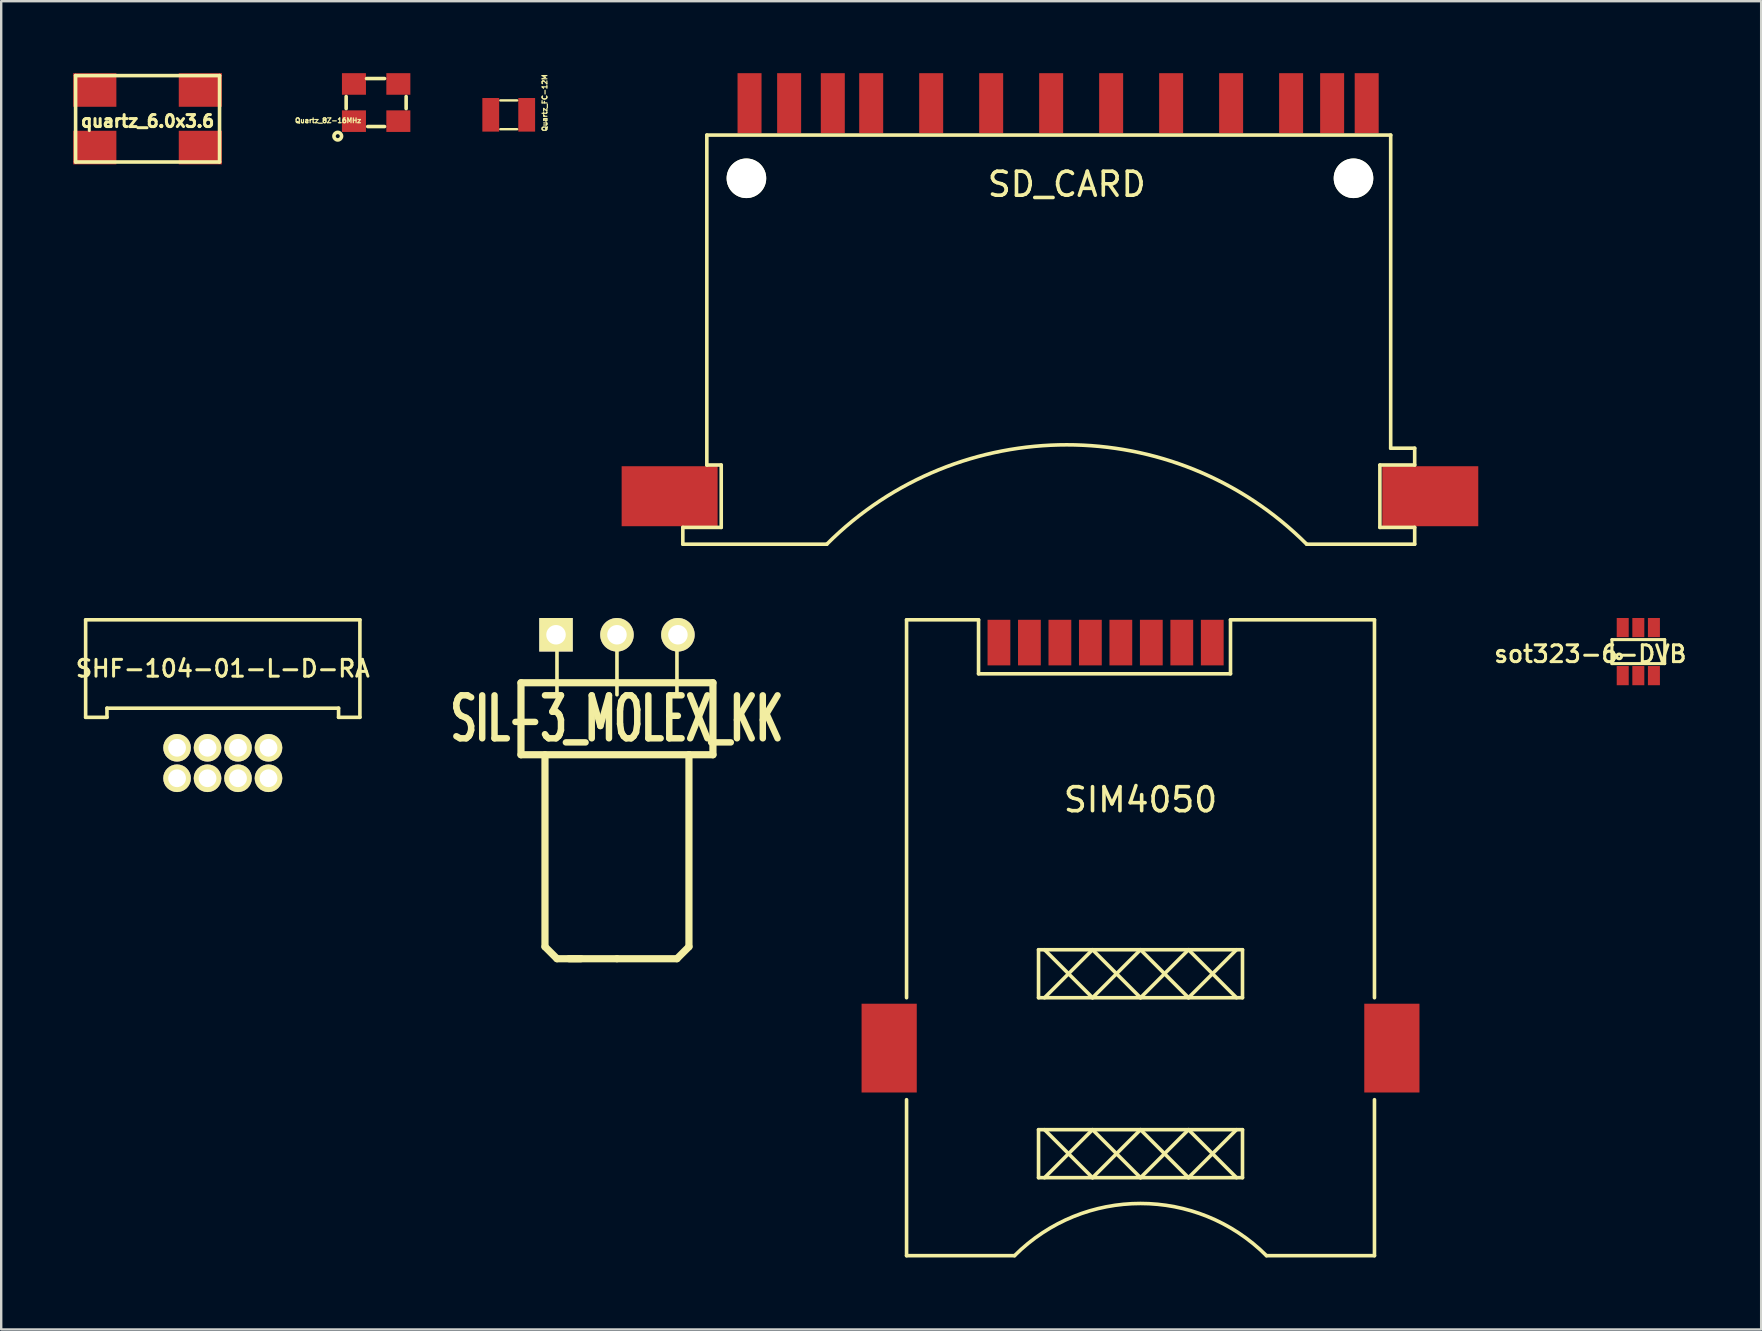
<source format=kicad_pcb>
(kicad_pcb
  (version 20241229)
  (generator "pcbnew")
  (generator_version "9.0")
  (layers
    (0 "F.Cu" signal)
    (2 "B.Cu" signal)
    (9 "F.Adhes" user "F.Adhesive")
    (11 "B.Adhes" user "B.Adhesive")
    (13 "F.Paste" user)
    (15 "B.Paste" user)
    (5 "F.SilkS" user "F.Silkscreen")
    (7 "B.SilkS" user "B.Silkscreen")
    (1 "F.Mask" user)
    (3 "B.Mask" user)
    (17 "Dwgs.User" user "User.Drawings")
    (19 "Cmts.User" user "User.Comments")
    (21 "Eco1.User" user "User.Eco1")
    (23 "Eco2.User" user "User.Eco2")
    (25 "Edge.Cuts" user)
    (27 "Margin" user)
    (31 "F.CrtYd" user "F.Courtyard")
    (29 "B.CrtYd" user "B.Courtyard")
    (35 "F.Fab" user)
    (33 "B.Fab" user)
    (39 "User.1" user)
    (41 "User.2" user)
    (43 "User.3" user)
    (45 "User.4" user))
  (footprint "SHF-104-01-L-D-RA"
    (layer "F.Cu")
    (at 6.234 28.749)
    (property "Reference" "SHF-104-01-L-D-RA" (at 0 -3.937 0) (layer "F.SilkS") (effects (font (size 0.7 0.7) (thickness 0.125))))
    (attr through_hole)
    (fp_line (start -5.715 -5.969) (end -5.715 -1.905) (stroke (width 0.15) (type solid)) (layer "F.SilkS"))
    (fp_line (start -5.715 -1.905) (end -4.826 -1.905) (stroke (width 0.15) (type solid)) (layer "F.SilkS"))
    (fp_line (start -4.826 -2.286) (end 4.826 -2.286) (stroke (width 0.15) (type solid)) (layer "F.SilkS"))
    (fp_line (start -4.826 -1.905) (end -4.826 -2.286) (stroke (width 0.15) (type solid)) (layer "F.SilkS"))
    (fp_line (start 4.826 -2.286) (end 4.826 -1.905) (stroke (width 0.15) (type solid)) (layer "F.SilkS"))
    (fp_line (start 4.826 -1.905) (end 5.715 -1.905) (stroke (width 0.15) (type solid)) (layer "F.SilkS"))
    (fp_line (start 5.715 -5.969) (end -5.715 -5.969) (stroke (width 0.15) (type solid)) (layer "F.SilkS"))
    (fp_line (start 5.715 -1.905) (end 5.715 -5.969) (stroke (width 0.15) (type solid)) (layer "F.SilkS"))
    (pad "1" thru_hole circle (at -1.905 0.635) (size 1.15 1.15) (drill 0.74) (layers "*.Cu" "*.Mask" "F.SilkS"))
    (pad "2" thru_hole circle (at -1.905 -0.635) (size 1.15 1.15) (drill 0.74) (layers "*.Cu" "*.Mask" "F.SilkS"))
    (pad "3" thru_hole circle (at -0.635 0.635) (size 1.15 1.15) (drill 0.74) (layers "*.Cu" "*.Mask" "F.SilkS"))
    (pad "4" thru_hole circle (at -0.635 -0.635) (size 1.15 1.15) (drill 0.74) (layers "*.Cu" "*.Mask" "F.SilkS"))
    (pad "5" thru_hole circle (at 0.635 0.635) (size 1.15 1.15) (drill 0.74) (layers "*.Cu" "*.Mask" "F.SilkS"))
    (pad "6" thru_hole circle (at 0.635 -0.635) (size 1.15 1.15) (drill 0.74) (layers "*.Cu" "*.Mask" "F.SilkS"))
    (pad "7" thru_hole circle (at 1.905 0.635) (size 1.15 1.15) (drill 0.74) (layers "*.Cu" "*.Mask" "F.SilkS"))
    (pad "8" thru_hole circle (at 1.905 -0.635) (size 1.15 1.15) (drill 0.74) (layers "*.Cu" "*.Mask" "F.SilkS")))
  (footprint "Quartz_FC-12M"
    (layer "F.Cu")
    (at 18.151 1.735)
    (property "Reference" "Quartz_FC-12M" (at 1.5 -0.5 90) (layer "F.SilkS") (effects (font (size 0.201 0.201) (thickness 0.051))))
    (attr through_hole)
    (fp_line (start -0.35 0.6) (end 0.35 0.6) (stroke (width 0.1) (type solid)) (layer "F.SilkS"))
    (fp_line (start 0.35 -0.6) (end -0.35 -0.6) (stroke (width 0.1) (type solid)) (layer "F.SilkS"))
    (pad "1" smd rect (at -0.749 0) (size 0.701 1.4) (layers "F.Cu" "F.Mask" "F.Paste"))
    (pad "2" smd rect (at 0.749 0) (size 0.701 1.4) (layers "F.Cu" "F.Mask" "F.Paste")))
  (footprint "SIL-3_MOLEX_KK"
    (layer "F.Cu")
    (at 22.662 23.404)
    (property "Reference" "SIL-3_MOLEX_KK" (at 0 3.5 0) (layer "F.SilkS") (effects (font (size 1.791 1.077) (thickness 0.269))))
    (attr through_hole)
    (fp_line (start -4 2) (end -4 5) (stroke (width 0.3) (type solid)) (layer "F.SilkS"))
    (fp_line (start -4 5) (end 3 5) (stroke (width 0.3) (type solid)) (layer "F.SilkS"))
    (fp_line (start -3 5) (end -3 13) (stroke (width 0.3) (type solid)) (layer "F.SilkS"))
    (fp_line (start -3 13) (end -2.5 13.5) (stroke (width 0.3) (type solid)) (layer "F.SilkS"))
    (fp_line (start -2.5 0) (end -2.5 2) (stroke (width 0.15) (type solid)) (layer "F.SilkS"))
    (fp_line (start -2.5 2) (end -2.5 2.5) (stroke (width 0.15) (type solid)) (layer "F.SilkS"))
    (fp_line (start -2 13.5) (end 0 13.5) (stroke (width 0.3) (type solid)) (layer "F.SilkS"))
    (fp_line (start -1.5 13.5) (end -2.5 13.5) (stroke (width 0.3) (type solid)) (layer "F.SilkS"))
    (fp_line (start 0 0) (end 0 2.5) (stroke (width 0.15) (type solid)) (layer "F.SilkS"))
    (fp_line (start 0 2) (end -4 2) (stroke (width 0.3) (type solid)) (layer "F.SilkS"))
    (fp_line (start 0 2) (end 4 2) (stroke (width 0.3) (type solid)) (layer "F.SilkS"))
    (fp_line (start 2.5 0) (end 2.5 2.5) (stroke (width 0.15) (type solid)) (layer "F.SilkS"))
    (fp_line (start 2.5 13.5) (end 0 13.5) (stroke (width 0.3) (type solid)) (layer "F.SilkS"))
    (fp_line (start 3 5) (end -2.5 5) (stroke (width 0.15) (type solid)) (layer "F.SilkS"))
    (fp_line (start 3 5) (end 3 13) (stroke (width 0.3) (type solid)) (layer "F.SilkS"))
    (fp_line (start 3 13) (end 2.5 13.5) (stroke (width 0.3) (type solid)) (layer "F.SilkS"))
    (fp_line (start 4 2) (end 0 2) (stroke (width 0.15) (type solid)) (layer "F.SilkS"))
    (fp_line (start 4 2) (end 4 5) (stroke (width 0.3) (type solid)) (layer "F.SilkS"))
    (fp_line (start 4 5) (end 3 5) (stroke (width 0.3) (type solid)) (layer "F.SilkS"))
    (pad "1" thru_hole rect (at -2.54 0) (size 1.397 1.397) (drill 0.813) (layers "*.Cu" "*.Mask" "F.SilkS"))
    (pad "2" thru_hole circle (at 0 0) (size 1.397 1.397) (drill 0.813) (layers "*.Cu" "*.Mask" "F.SilkS"))
    (pad "3" thru_hole circle (at 2.54 0) (size 1.397 1.397) (drill 0.813) (layers "*.Cu" "*.Mask" "F.SilkS")))
  (footprint "SD_CARD"
    (layer "F.Cu")
    (at 41.407 17.63)
    (property "Reference" "SD_CARD" (at 0 -13 0) (layer "F.SilkS") (effects (font (size 1 1) (thickness 0.15))))
    (attr through_hole)
    (fp_line (start -16 2) (end -16 1.3) (stroke (width 0.15) (type solid)) (layer "F.SilkS"))
    (fp_line (start -15 -15.05) (end -15 -1.3) (stroke (width 0.15) (type solid)) (layer "F.SilkS"))
    (fp_line (start -15 -1.3) (end -14.4 -1.3) (stroke (width 0.15) (type solid)) (layer "F.SilkS"))
    (fp_line (start -14.4 -1.3) (end -14.4 1.3) (stroke (width 0.15) (type solid)) (layer "F.SilkS"))
    (fp_line (start -14.4 1.3) (end -16 1.3) (stroke (width 0.15) (type solid)) (layer "F.SilkS"))
    (fp_line (start -10 2) (end -16 2) (stroke (width 0.15) (type solid)) (layer "F.SilkS"))
    (fp_line (start 10 2) (end 14.5 2) (stroke (width 0.15) (type solid)) (layer "F.SilkS"))
    (fp_line (start 13.05 -1.3) (end 14.5 -1.3) (stroke (width 0.15) (type solid)) (layer "F.SilkS"))
    (fp_line (start 13.05 1.3) (end 13.05 -1.3) (stroke (width 0.15) (type solid)) (layer "F.SilkS"))
    (fp_line (start 13.5 -15.05) (end -15 -15.05) (stroke (width 0.15) (type solid)) (layer "F.SilkS"))
    (fp_line (start 13.5 -2) (end 13.5 -15.05) (stroke (width 0.15) (type solid)) (layer "F.SilkS"))
    (fp_line (start 14.5 -2) (end 13.5 -2) (stroke (width 0.15) (type solid)) (layer "F.SilkS"))
    (fp_line (start 14.5 -1.3) (end 14.5 -2) (stroke (width 0.15) (type solid)) (layer "F.SilkS"))
    (fp_line (start 14.5 1.3) (end 13.05 1.3) (stroke (width 0.15) (type solid)) (layer "F.SilkS"))
    (fp_line (start 14.5 2) (end 14.5 1.3) (stroke (width 0.15) (type solid)) (layer "F.SilkS"))
    (fp_arc (start -10 2) (mid 0 -2.142136) (end 10 2) (stroke (width 0.15) (type solid)) (layer "F.SilkS"))
    (pad "" np_thru_hole circle (at -13.35 -13.25) (size 1.65 1.65) (drill 1.65) (layers "*.Cu" "*.Mask" "F.SilkS"))
    (pad "" np_thru_hole circle (at 11.95 -13.25) (size 1.65 1.65) (drill 1.65) (layers "*.Cu" "*.Mask" "F.SilkS"))
    (pad "1" smd rect (at 6.85 -16.38) (size 1 2.5) (layers "F.Cu" "F.Mask" "F.Paste"))
    (pad "2" smd rect (at 4.35 -16.38) (size 1 2.5) (layers "F.Cu" "F.Mask" "F.Paste"))
    (pad "3" smd rect (at -16.55 0) (size 4 2.5) (layers "F.Cu" "F.Mask" "F.Paste"))
    (pad "3" smd rect (at 1.85 -16.38) (size 1 2.5) (layers "F.Cu" "F.Mask" "F.Paste"))
    (pad "3" smd rect (at 15.15 0) (size 4 2.5) (layers "F.Cu" "F.Mask" "F.Paste"))
    (pad "4" smd rect (at -0.65 -16.38) (size 1 2.5) (layers "F.Cu" "F.Mask" "F.Paste"))
    (pad "5" smd rect (at -3.15 -16.38) (size 1 2.5) (layers "F.Cu" "F.Mask" "F.Paste"))
    (pad "6" smd rect (at -5.65 -16.38) (size 1 2.5) (layers "F.Cu" "F.Mask" "F.Paste"))
    (pad "7" smd rect (at -8.15 -16.38) (size 1 2.5) (layers "F.Cu" "F.Mask" "F.Paste"))
    (pad "8" smd rect (at -9.75 -16.38) (size 1 2.5) (layers "F.Cu" "F.Mask" "F.Paste"))
    (pad "9" smd rect (at 9.35 -16.38) (size 1 2.5) (layers "F.Cu" "F.Mask" "F.Paste"))
    (pad "10" smd rect (at -13.22 -16.38) (size 1 2.5) (layers "F.Cu" "F.Mask" "F.Paste"))
    (pad "11" smd rect (at -11.57 -16.38) (size 1 2.5) (layers "F.Cu" "F.Mask" "F.Paste"))
    (pad "12" smd rect (at 11.06 -16.38) (size 1 2.5) (layers "F.Cu" "F.Mask" "F.Paste"))
    (pad "13" smd rect (at 12.5 -16.38) (size 1 2.5) (layers "F.Cu" "F.Mask" "F.Paste")))
  (footprint "quartz_6.0x3.6"
    (layer "F.Cu")
    (at 3.1 1.9)
    (property "Reference" "quartz_6.0x3.6" (at 0 0.1 0) (layer "F.SilkS") (effects (font (size 0.5 0.5) (thickness 0.125))))
    (attr through_hole)
    (fp_line (start -3 -1.8) (end 3 -1.8) (stroke (width 0.15) (type solid)) (layer "F.SilkS"))
    (fp_line (start -3 1.8) (end -3 -1.8) (stroke (width 0.15) (type solid)) (layer "F.SilkS"))
    (fp_line (start 3 -1.8) (end 3 1.8) (stroke (width 0.15) (type solid)) (layer "F.SilkS"))
    (fp_line (start 3 1.8) (end -3 1.8) (stroke (width 0.15) (type solid)) (layer "F.SilkS"))
    (pad "1" smd rect (at -2.2 1.2) (size 1.8 1.4) (layers "F.Cu" "F.Mask" "F.Paste"))
    (pad "2" smd rect (at 2.2 1.2) (size 1.8 1.4) (layers "F.Cu" "F.Mask" "F.Paste"))
    (pad "3" smd rect (at 2.2 -1.2) (size 1.8 1.4) (layers "F.Cu" "F.Mask" "F.Paste"))
    (pad "4" smd rect (at -2.2 -1.2) (size 1.8 1.4) (layers "F.Cu" "F.Mask" "F.Paste")))
  (footprint "Quartz_8Z-16MHz"
    (layer "F.Cu")
    (at 12.626 1.224)
    (property "Reference" "Quartz_8Z-16MHz" (at -2 0.75 0) (layer "F.SilkS") (effects (font (size 0.201 0.201) (thickness 0.051))))
    (attr through_hole)
    (fp_line (start -1.25 -0.25) (end -1.25 0.25) (stroke (width 0.15) (type solid)) (layer "F.SilkS"))
    (fp_line (start -0.4 -1) (end 0.35 -1) (stroke (width 0.15) (type solid)) (layer "F.SilkS"))
    (fp_line (start 0.35 1) (end -0.35 1) (stroke (width 0.15) (type solid)) (layer "F.SilkS"))
    (fp_line (start 1.25 -0.25) (end 1.25 0.25) (stroke (width 0.15) (type solid)) (layer "F.SilkS"))
    (fp_circle (center -1.6 1.4) (end -1.55 1.55) (stroke (width 0.15) (type solid)) (fill no) (layer "F.SilkS"))
    (pad "1" smd rect (at -0.925 0.775) (size 1.001 0.899) (layers "F.Cu" "F.Mask" "F.Paste"))
    (pad "2" smd rect (at 0.925 0.775) (size 1.001 0.899) (layers "F.Cu" "F.Mask" "F.Paste"))
    (pad "3" smd rect (at 0.925 -0.775) (size 1.001 0.899) (layers "F.Cu" "F.Mask" "F.Paste"))
    (pad "4" smd rect (at -0.925 -0.775) (size 1.001 0.899) (layers "F.Cu" "F.Mask" "F.Paste")))
  (footprint "SIM4050"
    (layer "F.Cu")
    (at 44.481 43.28)
    (property "Reference" "SIM4050" (at 0 -13 0) (layer "F.SilkS") (effects (font (size 1 1) (thickness 0.15))))
    (attr through_hole)
    (fp_line (start -9.75 -20.5) (end -9.75 -4.75) (stroke (width 0.15) (type solid)) (layer "F.SilkS"))
    (fp_line (start -9.75 -0.5) (end -9.75 6) (stroke (width 0.15) (type solid)) (layer "F.SilkS"))
    (fp_line (start -9.75 6) (end -5.25 6) (stroke (width 0.15) (type solid)) (layer "F.SilkS"))
    (fp_line (start -6.75 -20.5) (end -9.75 -20.5) (stroke (width 0.15) (type solid)) (layer "F.SilkS"))
    (fp_line (start -6.75 -20.5) (end -6.75 -18.25) (stroke (width 0.15) (type solid)) (layer "F.SilkS"))
    (fp_line (start -6.75 -18.25) (end 3.75 -18.25) (stroke (width 0.15) (type solid)) (layer "F.SilkS"))
    (fp_line (start -4.25 -6.75) (end 4.25 -6.75) (stroke (width 0.15) (type solid)) (layer "F.SilkS"))
    (fp_line (start -4.25 -4.75) (end -4.25 -6.75) (stroke (width 0.15) (type solid)) (layer "F.SilkS"))
    (fp_line (start -4.25 0.75) (end 4.25 0.75) (stroke (width 0.15) (type solid)) (layer "F.SilkS"))
    (fp_line (start -4.25 2.75) (end -4.25 0.75) (stroke (width 0.15) (type solid)) (layer "F.SilkS"))
    (fp_line (start -4 -4.75) (end -2 -6.75) (stroke (width 0.15) (type solid)) (layer "F.SilkS"))
    (fp_line (start -2 -6.75) (end 0 -4.75) (stroke (width 0.15) (type solid)) (layer "F.SilkS"))
    (fp_line (start -2 -4.75) (end -4 -6.75) (stroke (width 0.15) (type solid)) (layer "F.SilkS"))
    (fp_line (start -2 0.75) (end -4 2.75) (stroke (width 0.15) (type solid)) (layer "F.SilkS"))
    (fp_line (start -2 2.75) (end -4 0.75) (stroke (width 0.15) (type solid)) (layer "F.SilkS"))
    (fp_line (start 0 -6.75) (end -2 -4.75) (stroke (width 0.15) (type solid)) (layer "F.SilkS"))
    (fp_line (start 0 -4.75) (end 2 -6.75) (stroke (width 0.15) (type solid)) (layer "F.SilkS"))
    (fp_line (start 0 0.75) (end -2 2.75) (stroke (width 0.15) (type solid)) (layer "F.SilkS"))
    (fp_line (start 0 0.75) (end 2 2.75) (stroke (width 0.15) (type solid)) (layer "F.SilkS"))
    (fp_line (start 0 2.75) (end -2 0.75) (stroke (width 0.15) (type solid)) (layer "F.SilkS"))
    (fp_line (start 0 2.75) (end 2 0.75) (stroke (width 0.15) (type solid)) (layer "F.SilkS"))
    (fp_line (start 2 -6.75) (end 4 -4.75) (stroke (width 0.15) (type solid)) (layer "F.SilkS"))
    (fp_line (start 2 -4.75) (end 0 -6.75) (stroke (width 0.15) (type solid)) (layer "F.SilkS"))
    (fp_line (start 2 0.75) (end 4 2.75) (stroke (width 0.15) (type solid)) (layer "F.SilkS"))
    (fp_line (start 2 2.75) (end 4 0.75) (stroke (width 0.15) (type solid)) (layer "F.SilkS"))
    (fp_line (start 3.75 -20.5) (end 9.75 -20.5) (stroke (width 0.15) (type solid)) (layer "F.SilkS"))
    (fp_line (start 3.75 -18.25) (end 3.75 -20.5) (stroke (width 0.15) (type solid)) (layer "F.SilkS"))
    (fp_line (start 4 -6.75) (end 2 -4.75) (stroke (width 0.15) (type solid)) (layer "F.SilkS"))
    (fp_line (start 4.25 -6.75) (end 4.25 -4.75) (stroke (width 0.15) (type solid)) (layer "F.SilkS"))
    (fp_line (start 4.25 -4.75) (end -4.25 -4.75) (stroke (width 0.15) (type solid)) (layer "F.SilkS"))
    (fp_line (start 4.25 0.75) (end 4.25 2.75) (stroke (width 0.15) (type solid)) (layer "F.SilkS"))
    (fp_line (start 4.25 2.75) (end -4.25 2.75) (stroke (width 0.15) (type solid)) (layer "F.SilkS"))
    (fp_line (start 5.25 6) (end 9.75 6) (stroke (width 0.15) (type solid)) (layer "F.SilkS"))
    (fp_line (start 9.75 -20.5) (end 9.75 -4.75) (stroke (width 0.15) (type solid)) (layer "F.SilkS"))
    (fp_line (start 9.75 6) (end 9.75 -0.5) (stroke (width 0.15) (type solid)) (layer "F.SilkS"))
    (fp_arc (start -5.25 6) (mid 0 3.825379) (end 5.25 6) (stroke (width 0.15) (type solid)) (layer "F.SilkS"))
    (pad "" smd rect (at -10.475 -2.65) (size 2.3 3.7) (layers "F.Cu" "F.Mask" "F.Paste"))
    (pad "" smd rect (at 10.475 -2.65) (size 2.3 3.7) (layers "F.Cu" "F.Mask" "F.Paste"))
    (pad "1" smd rect (at -5.9 -19.55) (size 0.95 1.9) (layers "F.Cu" "F.Mask" "F.Paste"))
    (pad "2" smd rect (at -4.63 -19.55) (size 0.95 1.9) (layers "F.Cu" "F.Mask" "F.Paste"))
    (pad "3" smd rect (at -3.36 -19.55) (size 0.95 1.9) (layers "F.Cu" "F.Mask" "F.Paste"))
    (pad "4" smd rect (at -2.09 -19.55) (size 0.95 1.9) (layers "F.Cu" "F.Mask" "F.Paste"))
    (pad "5" smd rect (at -0.82 -19.55) (size 0.95 1.9) (layers "F.Cu" "F.Mask" "F.Paste"))
    (pad "6" smd rect (at 0.45 -19.55) (size 0.95 1.9) (layers "F.Cu" "F.Mask" "F.Paste"))
    (pad "7" smd rect (at 1.72 -19.55) (size 0.95 1.9) (layers "F.Cu" "F.Mask" "F.Paste"))
    (pad "8" smd rect (at 2.99 -19.55) (size 0.95 1.9) (layers "F.Cu" "F.Mask" "F.Paste")))
  (footprint "sot323-6-DVB"
    (layer "F.Cu")
    (at 65.227 24.106)
    (property "Reference" "sot323-6-DVB" (at -2 0.1 0) (layer "F.SilkS") (effects (font (size 0.7 0.7) (thickness 0.127))))
    (attr smd)
    (fp_line (start -1.1 -0.5) (end 1.1 -0.5) (stroke (width 0.127) (type solid)) (layer "F.SilkS"))
    (fp_line (start -1.1 0.5) (end -1.1 -0.5) (stroke (width 0.127) (type solid)) (layer "F.SilkS"))
    (fp_line (start 1.1 -0.5) (end 1.1 0.5) (stroke (width 0.127) (type solid)) (layer "F.SilkS"))
    (fp_line (start 1.1 0.5) (end -1.1 0.5) (stroke (width 0.127) (type solid)) (layer "F.SilkS"))
    (fp_circle (center -0.8 0.2) (end -0.8 0.3) (stroke (width 0.127) (type solid)) (fill no) (layer "F.SilkS"))
    (pad "1" smd rect (at -0.65 1.001) (size 0.5 0.8) (layers "F.Cu" "F.Mask" "F.Paste"))
    (pad "2" smd rect (at 0 1.001) (size 0.5 0.8) (layers "F.Cu" "F.Mask" "F.Paste"))
    (pad "3" smd rect (at 0.65 1.001) (size 0.5 0.8) (layers "F.Cu" "F.Mask" "F.Paste"))
    (pad "4" smd rect (at 0.65 -1.001) (size 0.5 0.8) (layers "F.Cu" "F.Mask" "F.Paste"))
    (pad "5" smd rect (at 0 -1.001) (size 0.5 0.8) (layers "F.Cu" "F.Mask" "F.Paste"))
    (pad "6" smd rect (at -0.65 -1.001) (size 0.5 0.8) (layers "F.Cu" "F.Mask" "F.Paste")))
  (gr_rect
    (start -3 -3)
    (end 70.347 52.355)
    (stroke (width 0.1) (type default))
    (fill no)
    (layer "Edge.Cuts")))
</source>
